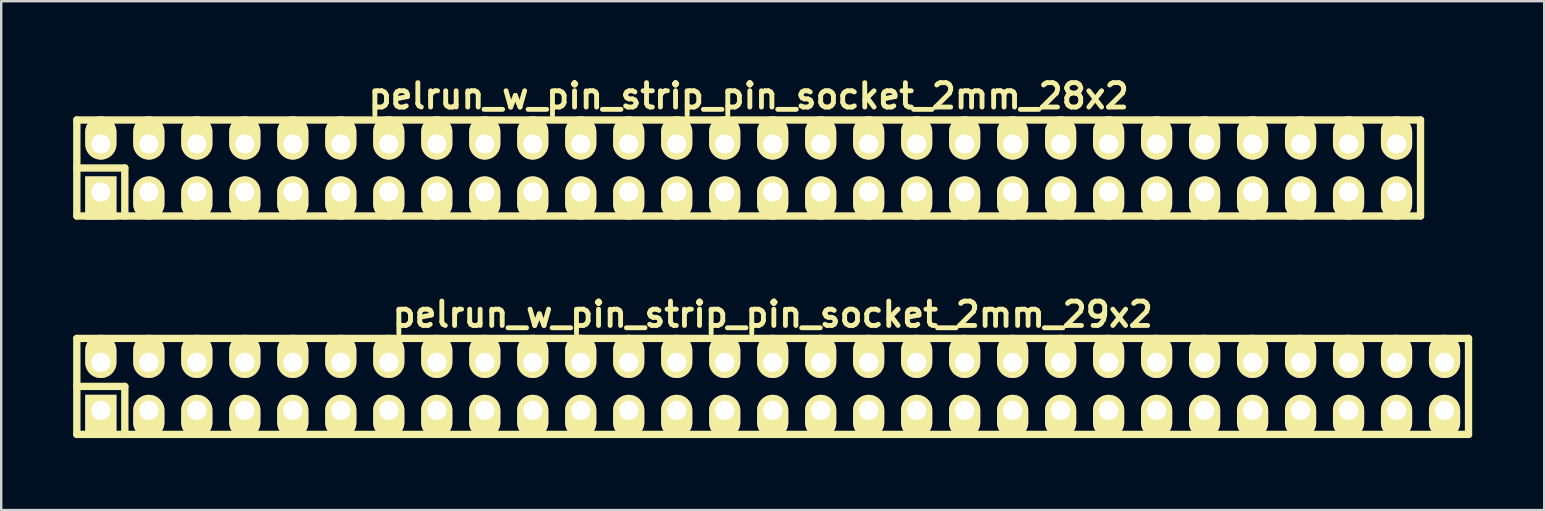
<source format=kicad_pcb>
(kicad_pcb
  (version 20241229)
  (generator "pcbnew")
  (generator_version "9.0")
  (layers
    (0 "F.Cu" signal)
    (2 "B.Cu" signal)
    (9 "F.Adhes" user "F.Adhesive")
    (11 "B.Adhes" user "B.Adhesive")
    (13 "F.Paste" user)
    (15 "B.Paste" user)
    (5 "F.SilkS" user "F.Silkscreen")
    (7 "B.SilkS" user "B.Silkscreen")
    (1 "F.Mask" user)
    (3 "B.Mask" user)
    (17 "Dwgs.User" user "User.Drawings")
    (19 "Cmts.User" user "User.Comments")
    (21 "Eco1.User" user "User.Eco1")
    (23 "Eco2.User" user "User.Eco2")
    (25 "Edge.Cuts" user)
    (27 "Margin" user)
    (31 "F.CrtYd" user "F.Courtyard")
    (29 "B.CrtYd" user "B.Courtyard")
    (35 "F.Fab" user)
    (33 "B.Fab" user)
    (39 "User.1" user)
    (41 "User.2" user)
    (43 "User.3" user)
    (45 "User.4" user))
  (footprint "pelrun_w_pin_strip_pin_socket_2mm_29x2"
    (layer "F.Cu")
    (at 29.152 13.054)
    (property "Reference" "pelrun_w_pin_strip_pin_socket_2mm_29x2" (at 0 -3 0) (layer "F.SilkS") (effects (font (size 1.016 1.016) (thickness 0.203))))
    (attr through_hole)
    (fp_line (start -29 -2) (end 29 -2) (stroke (width 0.305) (type solid)) (layer "F.SilkS"))
    (fp_line (start -29 0) (end -27 0) (stroke (width 0.305) (type solid)) (layer "F.SilkS"))
    (fp_line (start -29 2) (end -29 -2) (stroke (width 0.305) (type solid)) (layer "F.SilkS"))
    (fp_line (start -27 0) (end -27 2) (stroke (width 0.305) (type solid)) (layer "F.SilkS"))
    (fp_line (start 29 -2) (end 29 2) (stroke (width 0.305) (type solid)) (layer "F.SilkS"))
    (fp_line (start 29 2) (end -29 2) (stroke (width 0.305) (type solid)) (layer "F.SilkS"))
    (pad "1" thru_hole rect (at -28 1) (size 1.3 1.8) (drill 0.8 (offset 0 0.25)) (layers "*.Cu" "*.Mask" "F.SilkS"))
    (pad "2" thru_hole oval (at -28 -1) (size 1.3 1.8) (drill 0.8 (offset 0 -0.25)) (layers "*.Cu" "*.Mask" "F.SilkS"))
    (pad "3" thru_hole oval (at -26 1) (size 1.3 1.8) (drill 0.8 (offset 0 0.25)) (layers "*.Cu" "*.Mask" "F.SilkS"))
    (pad "4" thru_hole oval (at -26 -1) (size 1.3 1.8) (drill 0.8 (offset 0 -0.25)) (layers "*.Cu" "*.Mask" "F.SilkS"))
    (pad "5" thru_hole oval (at -24 1) (size 1.3 1.8) (drill 0.8 (offset 0 0.25)) (layers "*.Cu" "*.Mask" "F.SilkS"))
    (pad "6" thru_hole oval (at -24 -1) (size 1.3 1.8) (drill 0.8 (offset 0 -0.25)) (layers "*.Cu" "*.Mask" "F.SilkS"))
    (pad "7" thru_hole oval (at -22 1) (size 1.3 1.8) (drill 0.8 (offset 0 0.25)) (layers "*.Cu" "*.Mask" "F.SilkS"))
    (pad "8" thru_hole oval (at -22 -1) (size 1.3 1.8) (drill 0.8 (offset 0 -0.25)) (layers "*.Cu" "*.Mask" "F.SilkS"))
    (pad "9" thru_hole oval (at -20 1) (size 1.3 1.8) (drill 0.8 (offset 0 0.25)) (layers "*.Cu" "*.Mask" "F.SilkS"))
    (pad "10" thru_hole oval (at -20 -1) (size 1.3 1.8) (drill 0.8 (offset 0 -0.25)) (layers "*.Cu" "*.Mask" "F.SilkS"))
    (pad "11" thru_hole oval (at -18 1) (size 1.3 1.8) (drill 0.8 (offset 0 0.25)) (layers "*.Cu" "*.Mask" "F.SilkS"))
    (pad "12" thru_hole oval (at -18 -1) (size 1.3 1.8) (drill 0.8 (offset 0 -0.25)) (layers "*.Cu" "*.Mask" "F.SilkS"))
    (pad "13" thru_hole oval (at -16 1) (size 1.3 1.8) (drill 0.8 (offset 0 0.25)) (layers "*.Cu" "*.Mask" "F.SilkS"))
    (pad "14" thru_hole oval (at -16 -1) (size 1.3 1.8) (drill 0.8 (offset 0 -0.25)) (layers "*.Cu" "*.Mask" "F.SilkS"))
    (pad "15" thru_hole oval (at -14 1) (size 1.3 1.8) (drill 0.8 (offset 0 0.25)) (layers "*.Cu" "*.Mask" "F.SilkS"))
    (pad "16" thru_hole oval (at -14 -1) (size 1.3 1.8) (drill 0.8 (offset 0 -0.25)) (layers "*.Cu" "*.Mask" "F.SilkS"))
    (pad "17" thru_hole oval (at -12 1) (size 1.3 1.8) (drill 0.8 (offset 0 0.25)) (layers "*.Cu" "*.Mask" "F.SilkS"))
    (pad "18" thru_hole oval (at -12 -1) (size 1.3 1.8) (drill 0.8 (offset 0 -0.25)) (layers "*.Cu" "*.Mask" "F.SilkS"))
    (pad "19" thru_hole oval (at -10 1) (size 1.3 1.8) (drill 0.8 (offset 0 0.25)) (layers "*.Cu" "*.Mask" "F.SilkS"))
    (pad "20" thru_hole oval (at -10 -1) (size 1.3 1.8) (drill 0.8 (offset 0 -0.25)) (layers "*.Cu" "*.Mask" "F.SilkS"))
    (pad "21" thru_hole oval (at -8 1) (size 1.3 1.8) (drill 0.8 (offset 0 0.25)) (layers "*.Cu" "*.Mask" "F.SilkS"))
    (pad "22" thru_hole oval (at -8 -1) (size 1.3 1.8) (drill 0.8 (offset 0 -0.25)) (layers "*.Cu" "*.Mask" "F.SilkS"))
    (pad "23" thru_hole oval (at -6 1) (size 1.3 1.8) (drill 0.8 (offset 0 0.25)) (layers "*.Cu" "*.Mask" "F.SilkS"))
    (pad "24" thru_hole oval (at -6 -1) (size 1.3 1.8) (drill 0.8 (offset 0 -0.25)) (layers "*.Cu" "*.Mask" "F.SilkS"))
    (pad "25" thru_hole oval (at -4 1) (size 1.3 1.8) (drill 0.8 (offset 0 0.25)) (layers "*.Cu" "*.Mask" "F.SilkS"))
    (pad "26" thru_hole oval (at -4 -1) (size 1.3 1.8) (drill 0.8 (offset 0 -0.25)) (layers "*.Cu" "*.Mask" "F.SilkS"))
    (pad "27" thru_hole oval (at -2 1) (size 1.3 1.8) (drill 0.8 (offset 0 0.25)) (layers "*.Cu" "*.Mask" "F.SilkS"))
    (pad "28" thru_hole oval (at -2 -1) (size 1.3 1.8) (drill 0.8 (offset 0 -0.25)) (layers "*.Cu" "*.Mask" "F.SilkS"))
    (pad "29" thru_hole oval (at 0 1) (size 1.3 1.8) (drill 0.8 (offset 0 0.25)) (layers "*.Cu" "*.Mask" "F.SilkS"))
    (pad "30" thru_hole oval (at 0 -1) (size 1.3 1.8) (drill 0.8 (offset 0 -0.25)) (layers "*.Cu" "*.Mask" "F.SilkS"))
    (pad "31" thru_hole oval (at 2 1) (size 1.3 1.8) (drill 0.8 (offset 0 0.25)) (layers "*.Cu" "*.Mask" "F.SilkS"))
    (pad "32" thru_hole oval (at 2 -1) (size 1.3 1.8) (drill 0.8 (offset 0 -0.25)) (layers "*.Cu" "*.Mask" "F.SilkS"))
    (pad "33" thru_hole oval (at 4 1) (size 1.3 1.8) (drill 0.8 (offset 0 0.25)) (layers "*.Cu" "*.Mask" "F.SilkS"))
    (pad "34" thru_hole oval (at 4 -1) (size 1.3 1.8) (drill 0.8 (offset 0 -0.25)) (layers "*.Cu" "*.Mask" "F.SilkS"))
    (pad "35" thru_hole oval (at 6 1) (size 1.3 1.8) (drill 0.8 (offset 0 0.25)) (layers "*.Cu" "*.Mask" "F.SilkS"))
    (pad "36" thru_hole oval (at 6 -1) (size 1.3 1.8) (drill 0.8 (offset 0 -0.25)) (layers "*.Cu" "*.Mask" "F.SilkS"))
    (pad "37" thru_hole oval (at 8 1) (size 1.3 1.8) (drill 0.8 (offset 0 0.25)) (layers "*.Cu" "*.Mask" "F.SilkS"))
    (pad "38" thru_hole oval (at 8 -1) (size 1.3 1.8) (drill 0.8 (offset 0 -0.25)) (layers "*.Cu" "*.Mask" "F.SilkS"))
    (pad "39" thru_hole oval (at 10 1) (size 1.3 1.8) (drill 0.8 (offset 0 0.25)) (layers "*.Cu" "*.Mask" "F.SilkS"))
    (pad "40" thru_hole oval (at 10 -1) (size 1.3 1.8) (drill 0.8 (offset 0 -0.25)) (layers "*.Cu" "*.Mask" "F.SilkS"))
    (pad "41" thru_hole oval (at 12 1) (size 1.3 1.8) (drill 0.8 (offset 0 0.25)) (layers "*.Cu" "*.Mask" "F.SilkS"))
    (pad "42" thru_hole oval (at 12 -1) (size 1.3 1.8) (drill 0.8 (offset 0 -0.25)) (layers "*.Cu" "*.Mask" "F.SilkS"))
    (pad "43" thru_hole oval (at 14 1) (size 1.3 1.8) (drill 0.8 (offset 0 0.25)) (layers "*.Cu" "*.Mask" "F.SilkS"))
    (pad "44" thru_hole oval (at 14 -1) (size 1.3 1.8) (drill 0.8 (offset 0 -0.25)) (layers "*.Cu" "*.Mask" "F.SilkS"))
    (pad "45" thru_hole oval (at 16 1) (size 1.3 1.8) (drill 0.8 (offset 0 0.25)) (layers "*.Cu" "*.Mask" "F.SilkS"))
    (pad "46" thru_hole oval (at 16 -1) (size 1.3 1.8) (drill 0.8 (offset 0 -0.25)) (layers "*.Cu" "*.Mask" "F.SilkS"))
    (pad "47" thru_hole oval (at 18 1) (size 1.3 1.8) (drill 0.8 (offset 0 0.25)) (layers "*.Cu" "*.Mask" "F.SilkS"))
    (pad "48" thru_hole oval (at 18 -1) (size 1.3 1.8) (drill 0.8 (offset 0 -0.25)) (layers "*.Cu" "*.Mask" "F.SilkS"))
    (pad "49" thru_hole oval (at 20 1) (size 1.3 1.8) (drill 0.8 (offset 0 0.25)) (layers "*.Cu" "*.Mask" "F.SilkS"))
    (pad "50" thru_hole oval (at 20 -1) (size 1.3 1.8) (drill 0.8 (offset 0 -0.25)) (layers "*.Cu" "*.Mask" "F.SilkS"))
    (pad "51" thru_hole oval (at 22 1) (size 1.3 1.8) (drill 0.8 (offset 0 0.25)) (layers "*.Cu" "*.Mask" "F.SilkS"))
    (pad "52" thru_hole oval (at 22 -1) (size 1.3 1.8) (drill 0.8 (offset 0 -0.25)) (layers "*.Cu" "*.Mask" "F.SilkS"))
    (pad "53" thru_hole oval (at 24 1) (size 1.3 1.8) (drill 0.8 (offset 0 0.25)) (layers "*.Cu" "*.Mask" "F.SilkS"))
    (pad "54" thru_hole oval (at 24 -1) (size 1.3 1.8) (drill 0.8 (offset 0 -0.25)) (layers "*.Cu" "*.Mask" "F.SilkS"))
    (pad "55" thru_hole oval (at 26 1) (size 1.3 1.8) (drill 0.8 (offset 0 0.25)) (layers "*.Cu" "*.Mask" "F.SilkS"))
    (pad "56" thru_hole oval (at 26 -1) (size 1.3 1.8) (drill 0.8 (offset 0 -0.25)) (layers "*.Cu" "*.Mask" "F.SilkS"))
    (pad "57" thru_hole oval (at 28 1) (size 1.3 1.8) (drill 0.8 (offset 0 0.25)) (layers "*.Cu" "*.Mask" "F.SilkS"))
    (pad "58" thru_hole oval (at 28 -1) (size 1.3 1.8) (drill 0.8 (offset 0 -0.25)) (layers "*.Cu" "*.Mask" "F.SilkS")))
  (footprint "pelrun_w_pin_strip_pin_socket_2mm_28x2"
    (layer "F.Cu")
    (at 28.152 3.951)
    (property "Reference" "pelrun_w_pin_strip_pin_socket_2mm_28x2" (at 0 -3 0) (layer "F.SilkS") (effects (font (size 1.016 1.016) (thickness 0.203))))
    (attr through_hole)
    (fp_line (start -28 -2) (end 28 -2) (stroke (width 0.305) (type solid)) (layer "F.SilkS"))
    (fp_line (start -28 0) (end -26 0) (stroke (width 0.305) (type solid)) (layer "F.SilkS"))
    (fp_line (start -28 2) (end -28 -2) (stroke (width 0.305) (type solid)) (layer "F.SilkS"))
    (fp_line (start -26 0) (end -26 2) (stroke (width 0.305) (type solid)) (layer "F.SilkS"))
    (fp_line (start 28 -2) (end 28 2) (stroke (width 0.305) (type solid)) (layer "F.SilkS"))
    (fp_line (start 28 2) (end -28 2) (stroke (width 0.305) (type solid)) (layer "F.SilkS"))
    (pad "1" thru_hole rect (at -27 1) (size 1.3 1.8) (drill 0.8 (offset 0 0.25)) (layers "*.Cu" "*.Mask" "F.SilkS"))
    (pad "2" thru_hole oval (at -27 -1) (size 1.3 1.8) (drill 0.8 (offset 0 -0.25)) (layers "*.Cu" "*.Mask" "F.SilkS"))
    (pad "3" thru_hole oval (at -25 1) (size 1.3 1.8) (drill 0.8 (offset 0 0.25)) (layers "*.Cu" "*.Mask" "F.SilkS"))
    (pad "4" thru_hole oval (at -25 -1) (size 1.3 1.8) (drill 0.8 (offset 0 -0.25)) (layers "*.Cu" "*.Mask" "F.SilkS"))
    (pad "5" thru_hole oval (at -23 1) (size 1.3 1.8) (drill 0.8 (offset 0 0.25)) (layers "*.Cu" "*.Mask" "F.SilkS"))
    (pad "6" thru_hole oval (at -23 -1) (size 1.3 1.8) (drill 0.8 (offset 0 -0.25)) (layers "*.Cu" "*.Mask" "F.SilkS"))
    (pad "7" thru_hole oval (at -21 1) (size 1.3 1.8) (drill 0.8 (offset 0 0.25)) (layers "*.Cu" "*.Mask" "F.SilkS"))
    (pad "8" thru_hole oval (at -21 -1) (size 1.3 1.8) (drill 0.8 (offset 0 -0.25)) (layers "*.Cu" "*.Mask" "F.SilkS"))
    (pad "9" thru_hole oval (at -19 1) (size 1.3 1.8) (drill 0.8 (offset 0 0.25)) (layers "*.Cu" "*.Mask" "F.SilkS"))
    (pad "10" thru_hole oval (at -19 -1) (size 1.3 1.8) (drill 0.8 (offset 0 -0.25)) (layers "*.Cu" "*.Mask" "F.SilkS"))
    (pad "11" thru_hole oval (at -17 1) (size 1.3 1.8) (drill 0.8 (offset 0 0.25)) (layers "*.Cu" "*.Mask" "F.SilkS"))
    (pad "12" thru_hole oval (at -17 -1) (size 1.3 1.8) (drill 0.8 (offset 0 -0.25)) (layers "*.Cu" "*.Mask" "F.SilkS"))
    (pad "13" thru_hole oval (at -15 1) (size 1.3 1.8) (drill 0.8 (offset 0 0.25)) (layers "*.Cu" "*.Mask" "F.SilkS"))
    (pad "14" thru_hole oval (at -15 -1) (size 1.3 1.8) (drill 0.8 (offset 0 -0.25)) (layers "*.Cu" "*.Mask" "F.SilkS"))
    (pad "15" thru_hole oval (at -13 1) (size 1.3 1.8) (drill 0.8 (offset 0 0.25)) (layers "*.Cu" "*.Mask" "F.SilkS"))
    (pad "16" thru_hole oval (at -13 -1) (size 1.3 1.8) (drill 0.8 (offset 0 -0.25)) (layers "*.Cu" "*.Mask" "F.SilkS"))
    (pad "17" thru_hole oval (at -11 1) (size 1.3 1.8) (drill 0.8 (offset 0 0.25)) (layers "*.Cu" "*.Mask" "F.SilkS"))
    (pad "18" thru_hole oval (at -11 -1) (size 1.3 1.8) (drill 0.8 (offset 0 -0.25)) (layers "*.Cu" "*.Mask" "F.SilkS"))
    (pad "19" thru_hole oval (at -9 1) (size 1.3 1.8) (drill 0.8 (offset 0 0.25)) (layers "*.Cu" "*.Mask" "F.SilkS"))
    (pad "20" thru_hole oval (at -9 -1) (size 1.3 1.8) (drill 0.8 (offset 0 -0.25)) (layers "*.Cu" "*.Mask" "F.SilkS"))
    (pad "21" thru_hole oval (at -7 1) (size 1.3 1.8) (drill 0.8 (offset 0 0.25)) (layers "*.Cu" "*.Mask" "F.SilkS"))
    (pad "22" thru_hole oval (at -7 -1) (size 1.3 1.8) (drill 0.8 (offset 0 -0.25)) (layers "*.Cu" "*.Mask" "F.SilkS"))
    (pad "23" thru_hole oval (at -5 1) (size 1.3 1.8) (drill 0.8 (offset 0 0.25)) (layers "*.Cu" "*.Mask" "F.SilkS"))
    (pad "24" thru_hole oval (at -5 -1) (size 1.3 1.8) (drill 0.8 (offset 0 -0.25)) (layers "*.Cu" "*.Mask" "F.SilkS"))
    (pad "25" thru_hole oval (at -3 1) (size 1.3 1.8) (drill 0.8 (offset 0 0.25)) (layers "*.Cu" "*.Mask" "F.SilkS"))
    (pad "26" thru_hole oval (at -3 -1) (size 1.3 1.8) (drill 0.8 (offset 0 -0.25)) (layers "*.Cu" "*.Mask" "F.SilkS"))
    (pad "27" thru_hole oval (at -1 1) (size 1.3 1.8) (drill 0.8 (offset 0 0.25)) (layers "*.Cu" "*.Mask" "F.SilkS"))
    (pad "28" thru_hole oval (at -1 -1) (size 1.3 1.8) (drill 0.8 (offset 0 -0.25)) (layers "*.Cu" "*.Mask" "F.SilkS"))
    (pad "29" thru_hole oval (at 1 1) (size 1.3 1.8) (drill 0.8 (offset 0 0.25)) (layers "*.Cu" "*.Mask" "F.SilkS"))
    (pad "30" thru_hole oval (at 1 -1) (size 1.3 1.8) (drill 0.8 (offset 0 -0.25)) (layers "*.Cu" "*.Mask" "F.SilkS"))
    (pad "31" thru_hole oval (at 3 1) (size 1.3 1.8) (drill 0.8 (offset 0 0.25)) (layers "*.Cu" "*.Mask" "F.SilkS"))
    (pad "32" thru_hole oval (at 3 -1) (size 1.3 1.8) (drill 0.8 (offset 0 -0.25)) (layers "*.Cu" "*.Mask" "F.SilkS"))
    (pad "33" thru_hole oval (at 5 1) (size 1.3 1.8) (drill 0.8 (offset 0 0.25)) (layers "*.Cu" "*.Mask" "F.SilkS"))
    (pad "34" thru_hole oval (at 5 -1) (size 1.3 1.8) (drill 0.8 (offset 0 -0.25)) (layers "*.Cu" "*.Mask" "F.SilkS"))
    (pad "35" thru_hole oval (at 7 1) (size 1.3 1.8) (drill 0.8 (offset 0 0.25)) (layers "*.Cu" "*.Mask" "F.SilkS"))
    (pad "36" thru_hole oval (at 7 -1) (size 1.3 1.8) (drill 0.8 (offset 0 -0.25)) (layers "*.Cu" "*.Mask" "F.SilkS"))
    (pad "37" thru_hole oval (at 9 1) (size 1.3 1.8) (drill 0.8 (offset 0 0.25)) (layers "*.Cu" "*.Mask" "F.SilkS"))
    (pad "38" thru_hole oval (at 9 -1) (size 1.3 1.8) (drill 0.8 (offset 0 -0.25)) (layers "*.Cu" "*.Mask" "F.SilkS"))
    (pad "39" thru_hole oval (at 11 1) (size 1.3 1.8) (drill 0.8 (offset 0 0.25)) (layers "*.Cu" "*.Mask" "F.SilkS"))
    (pad "40" thru_hole oval (at 11 -1) (size 1.3 1.8) (drill 0.8 (offset 0 -0.25)) (layers "*.Cu" "*.Mask" "F.SilkS"))
    (pad "41" thru_hole oval (at 13 1) (size 1.3 1.8) (drill 0.8 (offset 0 0.25)) (layers "*.Cu" "*.Mask" "F.SilkS"))
    (pad "42" thru_hole oval (at 13 -1) (size 1.3 1.8) (drill 0.8 (offset 0 -0.25)) (layers "*.Cu" "*.Mask" "F.SilkS"))
    (pad "43" thru_hole oval (at 15 1) (size 1.3 1.8) (drill 0.8 (offset 0 0.25)) (layers "*.Cu" "*.Mask" "F.SilkS"))
    (pad "44" thru_hole oval (at 15 -1) (size 1.3 1.8) (drill 0.8 (offset 0 -0.25)) (layers "*.Cu" "*.Mask" "F.SilkS"))
    (pad "45" thru_hole oval (at 17 1) (size 1.3 1.8) (drill 0.8 (offset 0 0.25)) (layers "*.Cu" "*.Mask" "F.SilkS"))
    (pad "46" thru_hole oval (at 17 -1) (size 1.3 1.8) (drill 0.8 (offset 0 -0.25)) (layers "*.Cu" "*.Mask" "F.SilkS"))
    (pad "47" thru_hole oval (at 19 1) (size 1.3 1.8) (drill 0.8 (offset 0 0.25)) (layers "*.Cu" "*.Mask" "F.SilkS"))
    (pad "48" thru_hole oval (at 19 -1) (size 1.3 1.8) (drill 0.8 (offset 0 -0.25)) (layers "*.Cu" "*.Mask" "F.SilkS"))
    (pad "49" thru_hole oval (at 21 1) (size 1.3 1.8) (drill 0.8 (offset 0 0.25)) (layers "*.Cu" "*.Mask" "F.SilkS"))
    (pad "50" thru_hole oval (at 21 -1) (size 1.3 1.8) (drill 0.8 (offset 0 -0.25)) (layers "*.Cu" "*.Mask" "F.SilkS"))
    (pad "51" thru_hole oval (at 23 1) (size 1.3 1.8) (drill 0.8 (offset 0 0.25)) (layers "*.Cu" "*.Mask" "F.SilkS"))
    (pad "52" thru_hole oval (at 23 -1) (size 1.3 1.8) (drill 0.8 (offset 0 -0.25)) (layers "*.Cu" "*.Mask" "F.SilkS"))
    (pad "53" thru_hole oval (at 25 1) (size 1.3 1.8) (drill 0.8 (offset 0 0.25)) (layers "*.Cu" "*.Mask" "F.SilkS"))
    (pad "54" thru_hole oval (at 25 -1) (size 1.3 1.8) (drill 0.8 (offset 0 -0.25)) (layers "*.Cu" "*.Mask" "F.SilkS"))
    (pad "55" thru_hole oval (at 27 1) (size 1.3 1.8) (drill 0.8 (offset 0 0.25)) (layers "*.Cu" "*.Mask" "F.SilkS"))
    (pad "56" thru_hole oval (at 27 -1) (size 1.3 1.8) (drill 0.8 (offset 0 -0.25)) (layers "*.Cu" "*.Mask" "F.SilkS")))
  (gr_rect
    (start -3 -3)
    (end 61.305 18.207)
    (stroke (width 0.1) (type default))
    (fill no)
    (layer "Edge.Cuts")))
</source>
